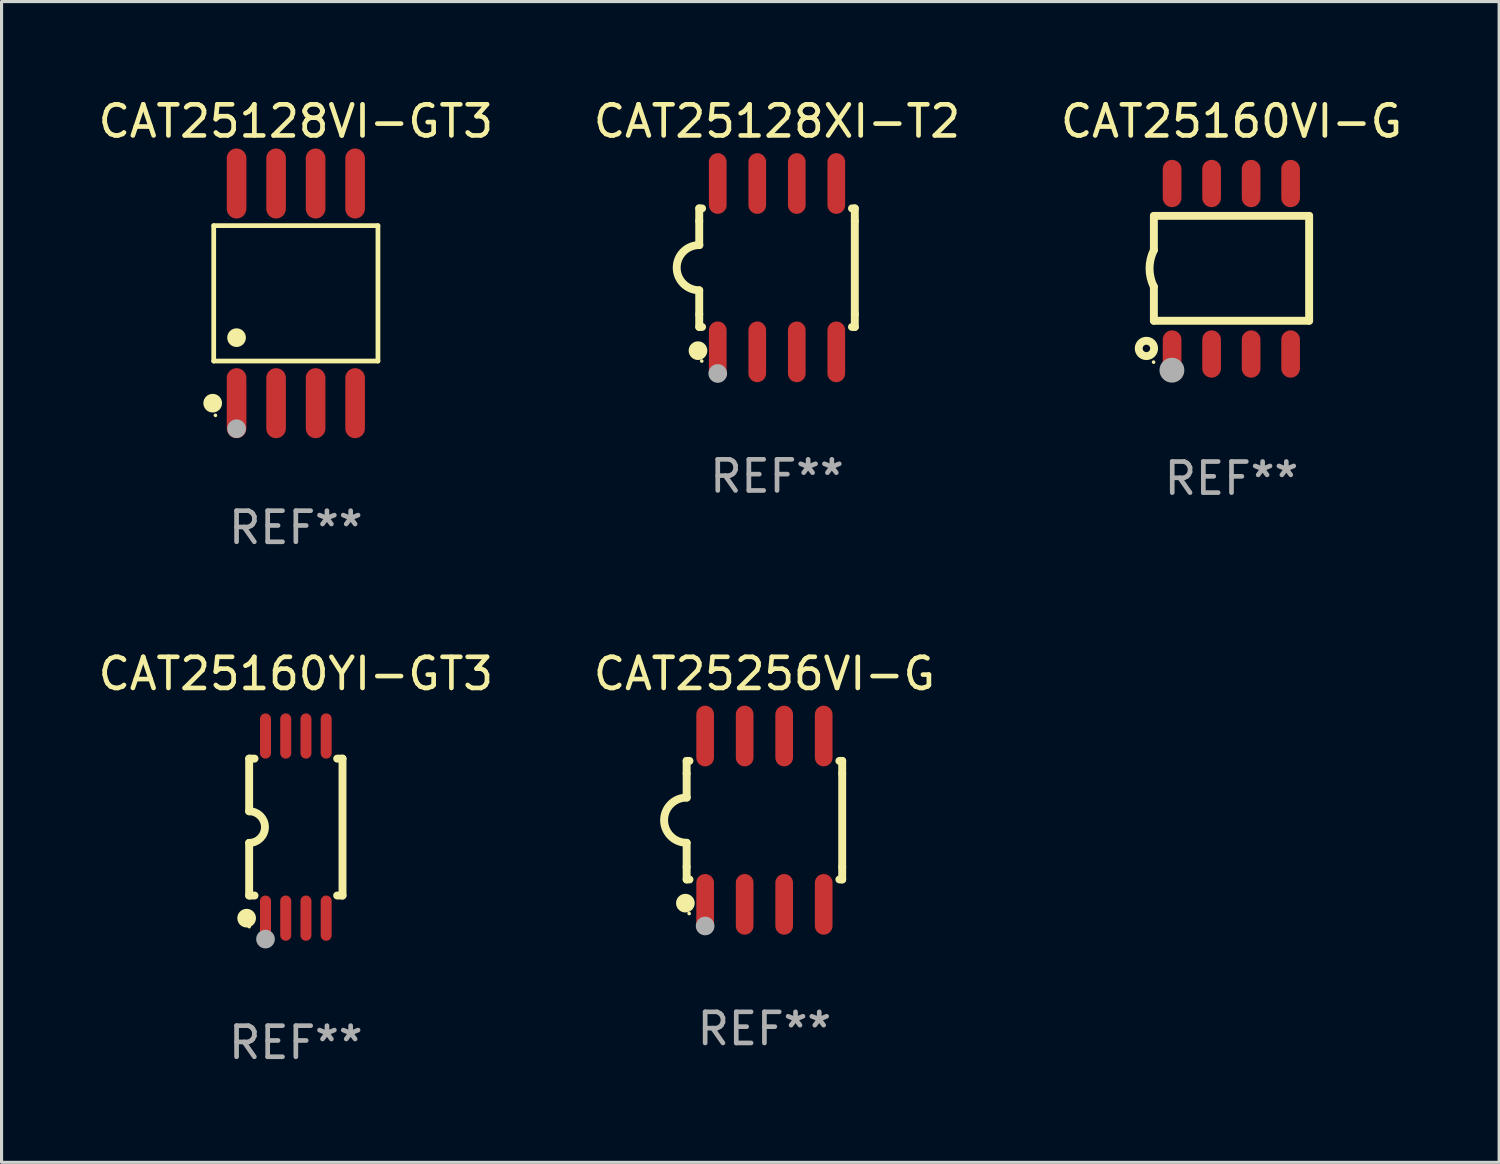
<source format=kicad_pcb>
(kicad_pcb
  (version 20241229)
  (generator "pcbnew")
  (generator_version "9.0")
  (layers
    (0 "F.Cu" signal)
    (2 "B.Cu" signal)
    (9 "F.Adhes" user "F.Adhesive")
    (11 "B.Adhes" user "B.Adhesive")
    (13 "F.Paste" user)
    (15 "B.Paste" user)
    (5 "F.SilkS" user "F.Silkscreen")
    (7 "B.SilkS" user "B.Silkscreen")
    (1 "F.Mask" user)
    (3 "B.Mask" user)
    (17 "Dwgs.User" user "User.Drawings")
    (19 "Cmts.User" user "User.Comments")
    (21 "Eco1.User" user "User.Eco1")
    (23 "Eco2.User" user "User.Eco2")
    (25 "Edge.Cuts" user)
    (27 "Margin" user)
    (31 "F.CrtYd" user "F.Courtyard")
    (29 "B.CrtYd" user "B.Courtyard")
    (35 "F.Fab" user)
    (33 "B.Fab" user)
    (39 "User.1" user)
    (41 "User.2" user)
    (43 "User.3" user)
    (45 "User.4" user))
  (footprint "CAT25128XI-T2"
    (layer "F.Cu")
    (at 21.923 5.553)
    (property "Reference" "CAT25128XI-T2" (at 0 -4.705 0) (layer "F.SilkS") (effects (font (size 1 1) (thickness 0.15))))
    (attr through_hole)
    (fp_line (start -2.5 -1.905) (end -2.409 -1.905) (stroke (width 0.254) (type solid)) (layer "F.SilkS"))
    (fp_line (start -2.5 -1.5) (end -2.5 -1.905) (stroke (width 0.254) (type solid)) (layer "F.SilkS"))
    (fp_line (start -2.5 -1.5) (end -2.5 -0.726) (stroke (width 0.254) (type solid)) (layer "F.SilkS"))
    (fp_line (start -2.5 1.5) (end -2.5 0.727) (stroke (width 0.254) (type solid)) (layer "F.SilkS"))
    (fp_line (start -2.5 1.5) (end -2.5 1.905) (stroke (width 0.254) (type solid)) (layer "F.SilkS"))
    (fp_line (start -2.5 1.905) (end -2.409 1.905) (stroke (width 0.254) (type solid)) (layer "F.SilkS"))
    (fp_line (start 2.5 -1.905) (end 2.409 -1.905) (stroke (width 0.254) (type solid)) (layer "F.SilkS"))
    (fp_line (start 2.5 -1.5) (end 2.5 -1.905) (stroke (width 0.254) (type solid)) (layer "F.SilkS"))
    (fp_line (start 2.5 -1.5) (end 2.5 1.5) (stroke (width 0.254) (type solid)) (layer "F.SilkS"))
    (fp_line (start 2.5 1.5) (end 2.5 1.905) (stroke (width 0.254) (type solid)) (layer "F.SilkS"))
    (fp_line (start 2.5 1.905) (end 2.409 1.905) (stroke (width 0.254) (type solid)) (layer "F.SilkS"))
    (fp_arc (start -2.5 0.726568) (mid -3.220316 -0.0023) (end -2.495097 -0.726289) (stroke (width 0.254001) (type solid)) (layer "F.SilkS"))
    (fp_circle (center -2.54 2.667) (end -2.39 2.667) (stroke (width 0.3) (type solid)) (fill no) (layer "F.SilkS"))
    (fp_circle (center -2.42 3) (end -2.39 3) (stroke (width 0.06) (type solid)) (fill no) (layer "F.SilkS"))
    (fp_circle (center -1.905 3.4) (end -1.755 3.4) (stroke (width 0.3) (type solid)) (fill no) (layer "F.Fab"))
    (fp_text user "REF**" (at 0 6.705 0) (layer "F.Fab") (effects (font (size 1 1) (thickness 0.15))))
    (pad "1" smd oval (at -1.905 2.705) (size 0.568 1.95) (layers "F.Cu" "F.Mask" "F.Paste"))
    (pad "2" smd oval (at -0.635 2.705) (size 0.568 1.95) (layers "F.Cu" "F.Mask" "F.Paste"))
    (pad "3" smd oval (at 0.635 2.705) (size 0.568 1.95) (layers "F.Cu" "F.Mask" "F.Paste"))
    (pad "4" smd oval (at 1.905 2.705) (size 0.568 1.95) (layers "F.Cu" "F.Mask" "F.Paste"))
    (pad "5" smd oval (at 1.905 -2.705) (size 0.568 1.95) (layers "F.Cu" "F.Mask" "F.Paste"))
    (pad "6" smd oval (at 0.635 -2.705) (size 0.568 1.95) (layers "F.Cu" "F.Mask" "F.Paste"))
    (pad "7" smd oval (at -0.635 -2.705) (size 0.568 1.95) (layers "F.Cu" "F.Mask" "F.Paste"))
    (pad "8" smd oval (at -1.905 -2.705) (size 0.568 1.95) (layers "F.Cu" "F.Mask" "F.Paste")))
  (footprint "CAT25256VI-G"
    (layer "F.Cu")
    (at 21.518 23.31)
    (property "Reference" "CAT25256VI-G" (at 0 -4.705 0) (layer "F.SilkS") (effects (font (size 1 1) (thickness 0.15))))
    (attr through_hole)
    (fp_line (start -2.5 -1.905) (end -2.409 -1.905) (stroke (width 0.254) (type solid)) (layer "F.SilkS"))
    (fp_line (start -2.5 -1.5) (end -2.5 -1.905) (stroke (width 0.254) (type solid)) (layer "F.SilkS"))
    (fp_line (start -2.5 -1.5) (end -2.5 -0.726) (stroke (width 0.254) (type solid)) (layer "F.SilkS"))
    (fp_line (start -2.5 1.5) (end -2.5 0.727) (stroke (width 0.254) (type solid)) (layer "F.SilkS"))
    (fp_line (start -2.5 1.5) (end -2.5 1.905) (stroke (width 0.254) (type solid)) (layer "F.SilkS"))
    (fp_line (start -2.5 1.905) (end -2.409 1.905) (stroke (width 0.254) (type solid)) (layer "F.SilkS"))
    (fp_line (start 2.5 -1.905) (end 2.409 -1.905) (stroke (width 0.254) (type solid)) (layer "F.SilkS"))
    (fp_line (start 2.5 -1.5) (end 2.5 -1.905) (stroke (width 0.254) (type solid)) (layer "F.SilkS"))
    (fp_line (start 2.5 -1.5) (end 2.5 1.5) (stroke (width 0.254) (type solid)) (layer "F.SilkS"))
    (fp_line (start 2.5 1.5) (end 2.5 1.905) (stroke (width 0.254) (type solid)) (layer "F.SilkS"))
    (fp_line (start 2.5 1.905) (end 2.409 1.905) (stroke (width 0.254) (type solid)) (layer "F.SilkS"))
    (fp_arc (start -2.5 0.726568) (mid -3.220316 -0.0023) (end -2.495097 -0.726289) (stroke (width 0.254001) (type solid)) (layer "F.SilkS"))
    (fp_circle (center -2.54 2.667) (end -2.39 2.667) (stroke (width 0.3) (type solid)) (fill no) (layer "F.SilkS"))
    (fp_circle (center -2.42 3) (end -2.39 3) (stroke (width 0.06) (type solid)) (fill no) (layer "F.SilkS"))
    (fp_circle (center -1.905 3.4) (end -1.755 3.4) (stroke (width 0.3) (type solid)) (fill no) (layer "F.Fab"))
    (fp_text user "REF**" (at 0 6.705 0) (layer "F.Fab") (effects (font (size 1 1) (thickness 0.15))))
    (pad "1" smd oval (at -1.905 2.705) (size 0.568 1.95) (layers "F.Cu" "F.Mask" "F.Paste"))
    (pad "2" smd oval (at -0.635 2.705) (size 0.568 1.95) (layers "F.Cu" "F.Mask" "F.Paste"))
    (pad "3" smd oval (at 0.635 2.705) (size 0.568 1.95) (layers "F.Cu" "F.Mask" "F.Paste"))
    (pad "4" smd oval (at 1.905 2.705) (size 0.568 1.95) (layers "F.Cu" "F.Mask" "F.Paste"))
    (pad "5" smd oval (at 1.905 -2.705) (size 0.568 1.95) (layers "F.Cu" "F.Mask" "F.Paste"))
    (pad "6" smd oval (at 0.635 -2.705) (size 0.568 1.95) (layers "F.Cu" "F.Mask" "F.Paste"))
    (pad "7" smd oval (at -0.635 -2.705) (size 0.568 1.95) (layers "F.Cu" "F.Mask" "F.Paste"))
    (pad "8" smd oval (at -1.905 -2.705) (size 0.568 1.95) (layers "F.Cu" "F.Mask" "F.Paste")))
  (footprint "CAT25160VI-G"
    (layer "F.Cu")
    (at 36.53 5.588)
    (property "Reference" "CAT25160VI-G" (at 0 -4.74 0) (layer "F.SilkS") (effects (font (size 1 1) (thickness 0.15))))
    (attr through_hole)
    (fp_line (start -2.495 -1.7) (end 2.495 -1.7) (stroke (width 0.254) (type solid)) (layer "F.SilkS"))
    (fp_line (start -2.495 -0.6) (end -2.495 -1.7) (stroke (width 0.254) (type solid)) (layer "F.SilkS"))
    (fp_line (start -2.495 1.671) (end -2.495 0.58) (stroke (width 0.254) (type solid)) (layer "F.SilkS"))
    (fp_line (start 2.495 -1.7) (end 2.495 1.671) (stroke (width 0.254) (type solid)) (layer "F.SilkS"))
    (fp_line (start 2.495 1.671) (end -2.495 1.671) (stroke (width 0.254) (type solid)) (layer "F.SilkS"))
    (fp_arc (start -2.495009 0.58001) (mid -2.634112 -0.009995) (end -2.495009 -0.6) (stroke (width 0.254001) (type solid)) (layer "F.SilkS"))
    (fp_circle (center -2.735 2.56) (end -2.615 2.56) (stroke (width 0.254) (type solid)) (fill no) (layer "F.SilkS"))
    (fp_circle (center -2.505 3) (end -2.475 3) (stroke (width 0.06) (type solid)) (fill no) (layer "F.SilkS"))
    (fp_circle (center -1.915 3.26) (end -1.715 3.26) (stroke (width 0.4) (type solid)) (fill no) (layer "F.Fab"))
    (fp_text user "REF**" (at 0 6.74 0) (layer "F.Fab") (effects (font (size 1 1) (thickness 0.15))))
    (pad "1" smd oval (at -1.91 2.74) (size 0.6 1.52) (layers "F.Cu" "F.Mask" "F.Paste"))
    (pad "2" smd oval (at -0.64 2.74) (size 0.6 1.52) (layers "F.Cu" "F.Mask" "F.Paste"))
    (pad "3" smd oval (at 0.63 2.74) (size 0.6 1.52) (layers "F.Cu" "F.Mask" "F.Paste"))
    (pad "4" smd oval (at 1.9 2.74) (size 0.6 1.52) (layers "F.Cu" "F.Mask" "F.Paste"))
    (pad "5" smd oval (at 1.9 -2.74) (size 0.6 1.52) (layers "F.Cu" "F.Mask" "F.Paste"))
    (pad "6" smd oval (at 0.63 -2.74) (size 0.6 1.52) (layers "F.Cu" "F.Mask" "F.Paste"))
    (pad "7" smd oval (at -0.64 -2.74) (size 0.6 1.52) (layers "F.Cu" "F.Mask" "F.Paste"))
    (pad "8" smd oval (at -1.91 -2.74) (size 0.6 1.52) (layers "F.Cu" "F.Mask" "F.Paste")))
  (footprint "CAT25128VI-GT3"
    (layer "F.Cu")
    (at 6.458 6.378)
    (property "Reference" "CAT25128VI-GT3" (at 0 -5.53 0) (layer "F.SilkS") (effects (font (size 1 1) (thickness 0.15))))
    (attr through_hole)
    (fp_line (start -2.639 -2.176) (end 2.639 -2.176) (stroke (width 0.152) (type solid)) (layer "F.SilkS"))
    (fp_line (start -2.639 2.176) (end -2.639 -2.176) (stroke (width 0.152) (type solid)) (layer "F.SilkS"))
    (fp_line (start 2.639 -2.176) (end 2.639 2.176) (stroke (width 0.152) (type solid)) (layer "F.SilkS"))
    (fp_line (start 2.639 2.176) (end -2.639 2.176) (stroke (width 0.152) (type solid)) (layer "F.SilkS"))
    (fp_circle (center -2.672 3.53) (end -2.522 3.53) (stroke (width 0.3) (type solid)) (fill no) (layer "F.SilkS"))
    (fp_circle (center -2.585 3.92) (end -2.555 3.92) (stroke (width 0.06) (type solid)) (fill no) (layer "F.SilkS"))
    (fp_circle (center -1.905 1.424) (end -1.755 1.424) (stroke (width 0.3) (type solid)) (fill no) (layer "F.SilkS"))
    (fp_circle (center -1.905 4.35) (end -1.755 4.35) (stroke (width 0.3) (type solid)) (fill no) (layer "F.Fab"))
    (fp_text user "REF**" (at 0 7.53 0) (layer "F.Fab") (effects (font (size 1 1) (thickness 0.15))))
    (pad "1" smd oval (at -1.905 3.53) (size 0.63 2.25) (layers "F.Cu" "F.Mask" "F.Paste"))
    (pad "2" smd oval (at -0.635 3.53) (size 0.63 2.25) (layers "F.Cu" "F.Mask" "F.Paste"))
    (pad "3" smd oval (at 0.635 3.53) (size 0.63 2.25) (layers "F.Cu" "F.Mask" "F.Paste"))
    (pad "4" smd oval (at 1.905 3.53) (size 0.63 2.25) (layers "F.Cu" "F.Mask" "F.Paste"))
    (pad "5" smd oval (at 1.905 -3.53) (size 0.63 2.25) (layers "F.Cu" "F.Mask" "F.Paste"))
    (pad "6" smd oval (at 0.635 -3.53) (size 0.63 2.25) (layers "F.Cu" "F.Mask" "F.Paste"))
    (pad "7" smd oval (at -0.635 -3.53) (size 0.63 2.25) (layers "F.Cu" "F.Mask" "F.Paste"))
    (pad "8" smd oval (at -1.905 -3.53) (size 0.63 2.25) (layers "F.Cu" "F.Mask" "F.Paste")))
  (footprint "CAT25160YI-GT3"
    (layer "F.Cu")
    (at 6.458 23.532)
    (property "Reference" "CAT25160YI-GT3" (at 0 -4.927 0) (layer "F.SilkS") (effects (font (size 1 1) (thickness 0.15))))
    (attr through_hole)
    (fp_line (start -1.5 -2.2) (end -1.5 -0.508) (stroke (width 0.254) (type solid)) (layer "F.SilkS"))
    (fp_line (start -1.5 -2.2) (end -1.328 -2.2) (stroke (width 0.254) (type solid)) (layer "F.SilkS"))
    (fp_line (start -1.5 2.2) (end -1.5 0.508) (stroke (width 0.254) (type solid)) (layer "F.SilkS"))
    (fp_line (start -1.5 2.2) (end -1.328 2.2) (stroke (width 0.254) (type solid)) (layer "F.SilkS"))
    (fp_line (start 1.328 -2.2) (end 1.5 -2.2) (stroke (width 0.254) (type solid)) (layer "F.SilkS"))
    (fp_line (start 1.328 2.2) (end 1.5 2.2) (stroke (width 0.254) (type solid)) (layer "F.SilkS"))
    (fp_line (start 1.5 -2.2) (end 1.5 2.2) (stroke (width 0.254) (type solid)) (layer "F.SilkS"))
    (fp_arc (start -1.501144 -0.508) (mid -0.993143 -0.000571) (end -1.5 0.508001) (stroke (width 0.254001) (type solid)) (layer "F.SilkS"))
    (fp_circle (center -1.581 2.927) (end -1.431 2.927) (stroke (width 0.3) (type solid)) (fill no) (layer "F.SilkS"))
    (fp_circle (center -1.5 3.2) (end -1.47 3.2) (stroke (width 0.06) (type solid)) (fill no) (layer "F.SilkS"))
    (fp_circle (center -0.975 3.6) (end -0.825 3.6) (stroke (width 0.3) (type solid)) (fill no) (layer "F.Fab"))
    (fp_text user "REF**" (at 0 6.927 0) (layer "F.Fab") (effects (font (size 1 1) (thickness 0.15))))
    (pad "1" smd oval (at -0.975 2.927) (size 0.353 1.454) (layers "F.Cu" "F.Mask" "F.Paste"))
    (pad "2" smd oval (at -0.325 2.927) (size 0.353 1.454) (layers "F.Cu" "F.Mask" "F.Paste"))
    (pad "3" smd oval (at 0.325 2.927) (size 0.353 1.454) (layers "F.Cu" "F.Mask" "F.Paste"))
    (pad "4" smd oval (at 0.975 2.927) (size 0.353 1.454) (layers "F.Cu" "F.Mask" "F.Paste"))
    (pad "5" smd oval (at 0.975 -2.927) (size 0.353 1.454) (layers "F.Cu" "F.Mask" "F.Paste"))
    (pad "6" smd oval (at 0.325 -2.927) (size 0.353 1.454) (layers "F.Cu" "F.Mask" "F.Paste"))
    (pad "7" smd oval (at -0.325 -2.927) (size 0.353 1.454) (layers "F.Cu" "F.Mask" "F.Paste"))
    (pad "8" smd oval (at -0.975 -2.927) (size 0.353 1.454) (layers "F.Cu" "F.Mask" "F.Paste")))
  (gr_rect
    (start -3 -3)
    (end 45.131 34.307)
    (stroke (width 0.1) (type default))
    (fill no)
    (layer "Edge.Cuts")))
</source>
